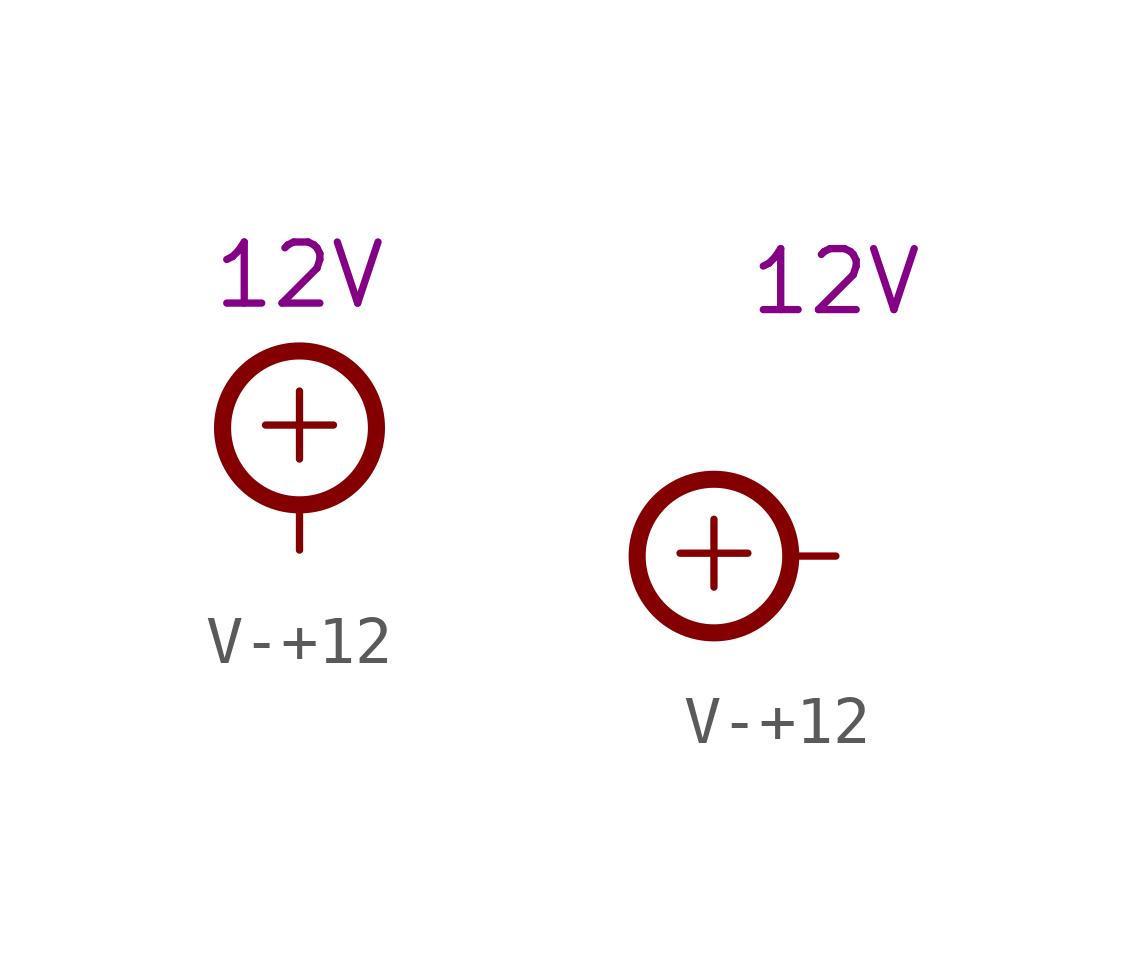
<source format=kicad_sym>
(kicad_symbol_lib
  (version 20211014)
  (generator kicad_symbol_editor)
  (symbol "V-+12"
    (power)
    (pin_numbers hide)
    (pin_names
      (offset 1.27) hide)
    (property "Reference" "#PWR"
      (at 5.08 0 0)
      (effects (font (size 1.27 1.27)) (justify left) hide))
    (property "Voltage" "12V"
      (at 0 5.715 0)
      (effects (font (size 1.27 1.27))))
    (symbol "V-+12_1_0"
      (pin power_in line (at 0 0 0) (length 0) hide (name "+12" (effects (font (size 1.27 1.27)))) (number "0" (effects (font (size 0 0))))))
    (symbol "V-+12_1_1"
      (polyline (pts (xy 0 0) (xy 0 0.889)) (stroke (width 0) (type default) (color 0 0 0 0)) (fill (type none)))
      (circle (center 0 2.54) (radius 1.6) (stroke (width 0.356) (type default) (color 0 0 0 0)) (fill (type none)))
      (text "+" (at 0 2.743 0) (effects (font (size 1.854 1.854)))))
    (symbol "V-+12_1_2"
      (circle (center -2.54 0) (radius 1.6) (stroke (width 0.356) (type default) (color 0 0 0 0)) (fill (type none)))
      (polyline (pts (xy -0.889 0) (xy 0 0)) (stroke (width 0) (type default) (color 0 0 0 0)) (fill (type none)))
      (text "+" (at -2.54 0.203 0) (effects (font (size 1.854 1.854)))))))
</source>
